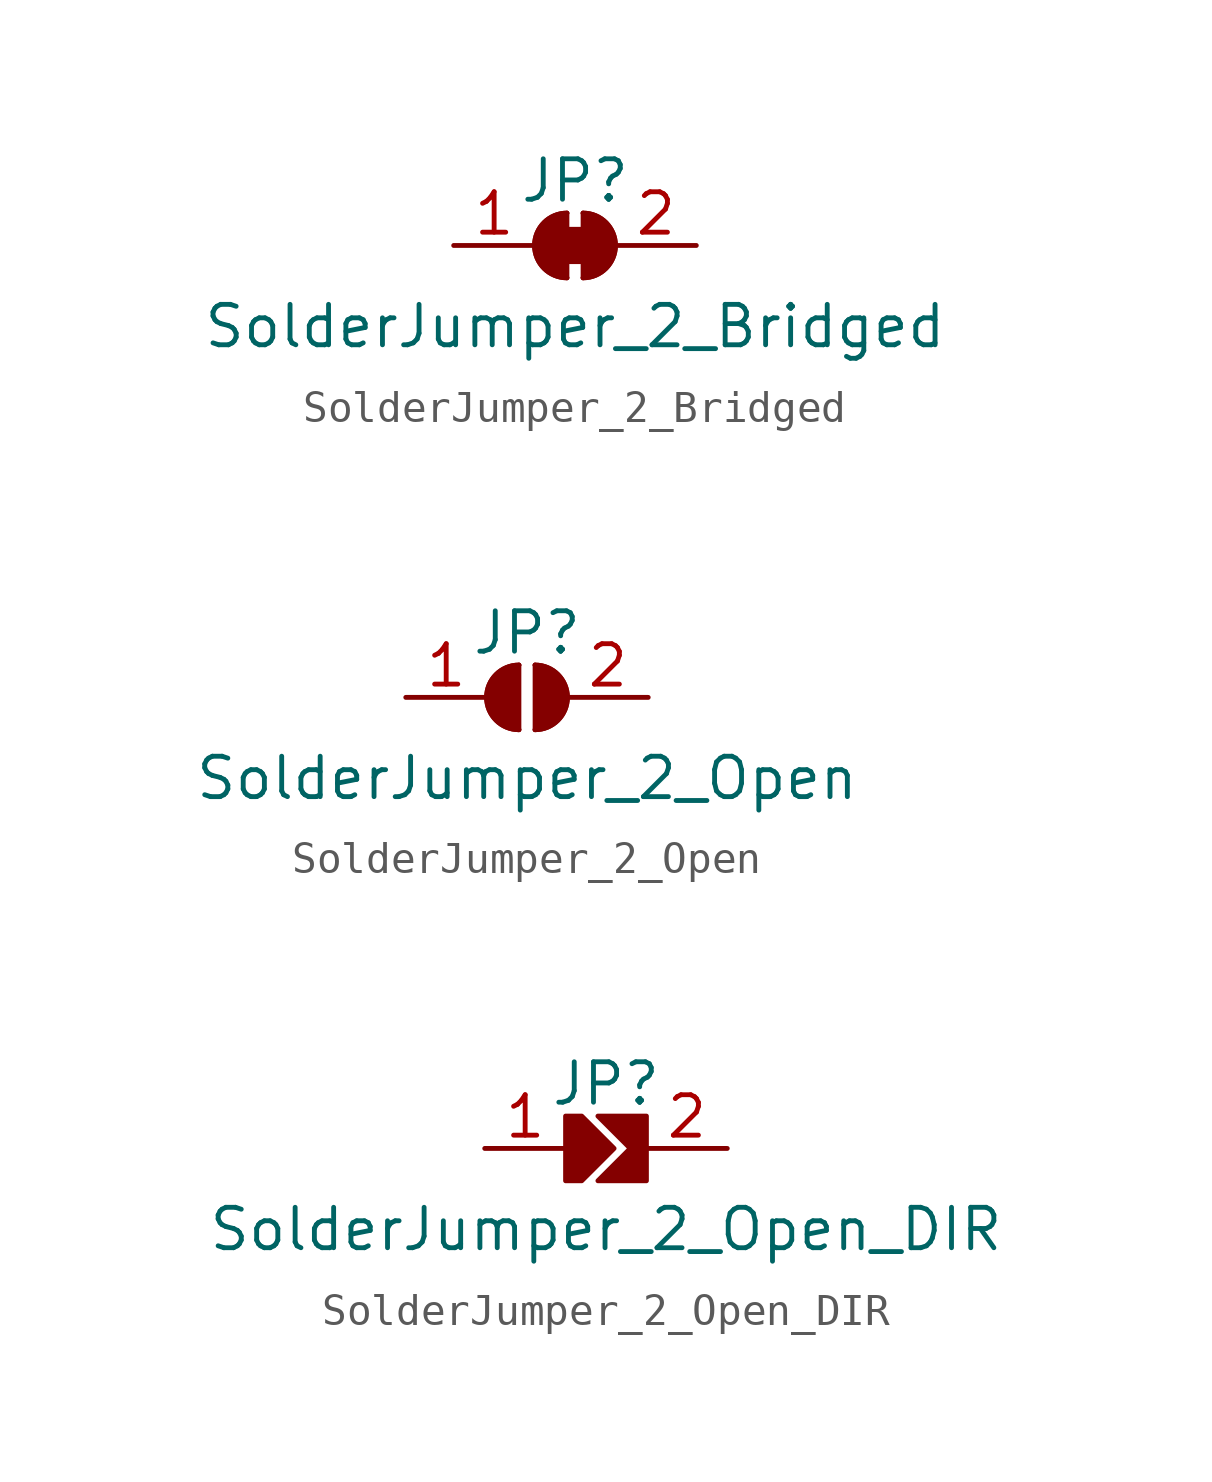
<source format=kicad_sym>
(kicad_symbol_lib
  (version 20200126)
  (host kicad_symbol_editor "(5.99.0-2195-g476558ece)")
  (symbol "config:SolderJumper_2_Bridged"
    (pin_names
      (offset 0) hide)
    (property "Reference" "JP"
      (at 0 2.032 0)
      (effects (font (size 1.27 1.27))))
    (property "Value" "SolderJumper_2_Bridged"
      (at 0 -2.54 0)
      (effects (font (size 1.27 1.27))))
    (symbol "SolderJumper_2_Bridged_0_1"
      (arc (start -0.254 1.016) (end -0.254 -1.016) (radius (at -0.254 0) (length 1.016) (angles 90.1 -90.1)) (stroke (width 0)) (fill (type none)))
      (arc (start -0.254 1.016) (end -0.254 -1.016) (radius (at -0.254 0) (length 1.016) (angles 90.1 -90.1)) (stroke (width 0)) (fill (type outline)))
      (arc (start 0.254 -1.016) (end 0.254 1.016) (radius (at 0.254 0) (length 1.016) (angles -89.9 89.9)) (stroke (width 0)) (fill (type none)))
      (arc (start 0.254 -1.016) (end 0.254 1.016) (radius (at 0.254 0) (length 1.016) (angles -89.9 89.9)) (stroke (width 0)) (fill (type outline)))
      (rectangle (start -0.508 0.508) (end 0.508 -0.508) (stroke (width 0)) (fill (type outline)))
      (polyline (pts (xy -0.254 1.016) (xy -0.254 -1.016)) (stroke (width 0)) (fill (type none)))
      (polyline (pts (xy 0.254 1.016) (xy 0.254 -1.016)) (stroke (width 0)) (fill (type none))))
    (symbol "SolderJumper_2_Bridged_1_1"
      (pin passive line (at -3.81 0 0) (length 2.54) (name "A" (effects (font (size 1.27 1.27)))) (number "1" (effects (font (size 1.27 1.27)))))
      (pin passive line (at 3.81 0 180) (length 2.54) (name "B" (effects (font (size 1.27 1.27)))) (number "2" (effects (font (size 1.27 1.27)))))))
  (symbol "config:SolderJumper_2_Open"
    (pin_names
      (offset 0) hide)
    (property "Reference" "JP"
      (at 0 2.032 0)
      (effects (font (size 1.27 1.27))))
    (property "Value" "SolderJumper_2_Open"
      (at 0 -2.54 0)
      (effects (font (size 1.27 1.27))))
    (symbol "SolderJumper_2_Open_0_1"
      (arc (start -0.254 1.016) (end -0.254 -1.016) (radius (at -0.254 0) (length 1.016) (angles 90.1 -90.1)) (stroke (width 0)) (fill (type none)))
      (arc (start -0.254 1.016) (end -0.254 -1.016) (radius (at -0.254 0) (length 1.016) (angles 90.1 -90.1)) (stroke (width 0)) (fill (type outline)))
      (arc (start 0.254 -1.016) (end 0.254 1.016) (radius (at 0.254 0) (length 1.016) (angles -89.9 89.9)) (stroke (width 0)) (fill (type none)))
      (arc (start 0.254 -1.016) (end 0.254 1.016) (radius (at 0.254 0) (length 1.016) (angles -89.9 89.9)) (stroke (width 0)) (fill (type outline)))
      (polyline (pts (xy -0.254 1.016) (xy -0.254 -1.016)) (stroke (width 0)) (fill (type none)))
      (polyline (pts (xy 0.254 1.016) (xy 0.254 -1.016)) (stroke (width 0)) (fill (type none))))
    (symbol "SolderJumper_2_Open_1_1"
      (pin passive line (at -3.81 0 0) (length 2.54) (name "A" (effects (font (size 1.27 1.27)))) (number "1" (effects (font (size 1.27 1.27)))))
      (pin passive line (at 3.81 0 180) (length 2.54) (name "B" (effects (font (size 1.27 1.27)))) (number "2" (effects (font (size 1.27 1.27)))))))
  (symbol "config:SolderJumper_2_Open_DIR"
    (pin_names
      (offset 0) hide)
    (property "Reference" "JP"
      (at 0 2.032 0)
      (effects (font (size 1.27 1.27))))
    (property "Value" "SolderJumper_2_Open_DIR"
      (at 0 -2.54 0)
      (effects (font (size 1.27 1.27))))
    (symbol "SolderJumper_2_Open_DIR_0_1"
      (polyline (pts (xy -0.254 -1.016) (xy 0.762 0) (xy -0.254 1.016) (xy 1.27 1.016) (xy 1.27 -1.016) (xy -0.254 -1.016)) (stroke (width 0)) (fill (type outline)))
      (polyline (pts (xy 0.254 0) (xy -0.762 1.016) (xy -1.27 1.016) (xy -1.27 -1.016) (xy -0.762 -1.016) (xy 0.254 0)) (stroke (width 0)) (fill (type outline))))
    (symbol "SolderJumper_2_Open_DIR_1_1"
      (pin passive line (at -3.81 0 0) (length 2.54) (name "A" (effects (font (size 1.27 1.27)))) (number "1" (effects (font (size 1.27 1.27)))))
      (pin passive line (at 3.81 0 180) (length 2.54) (name "B" (effects (font (size 1.27 1.27)))) (number "2" (effects (font (size 1.27 1.27))))))))
</source>
